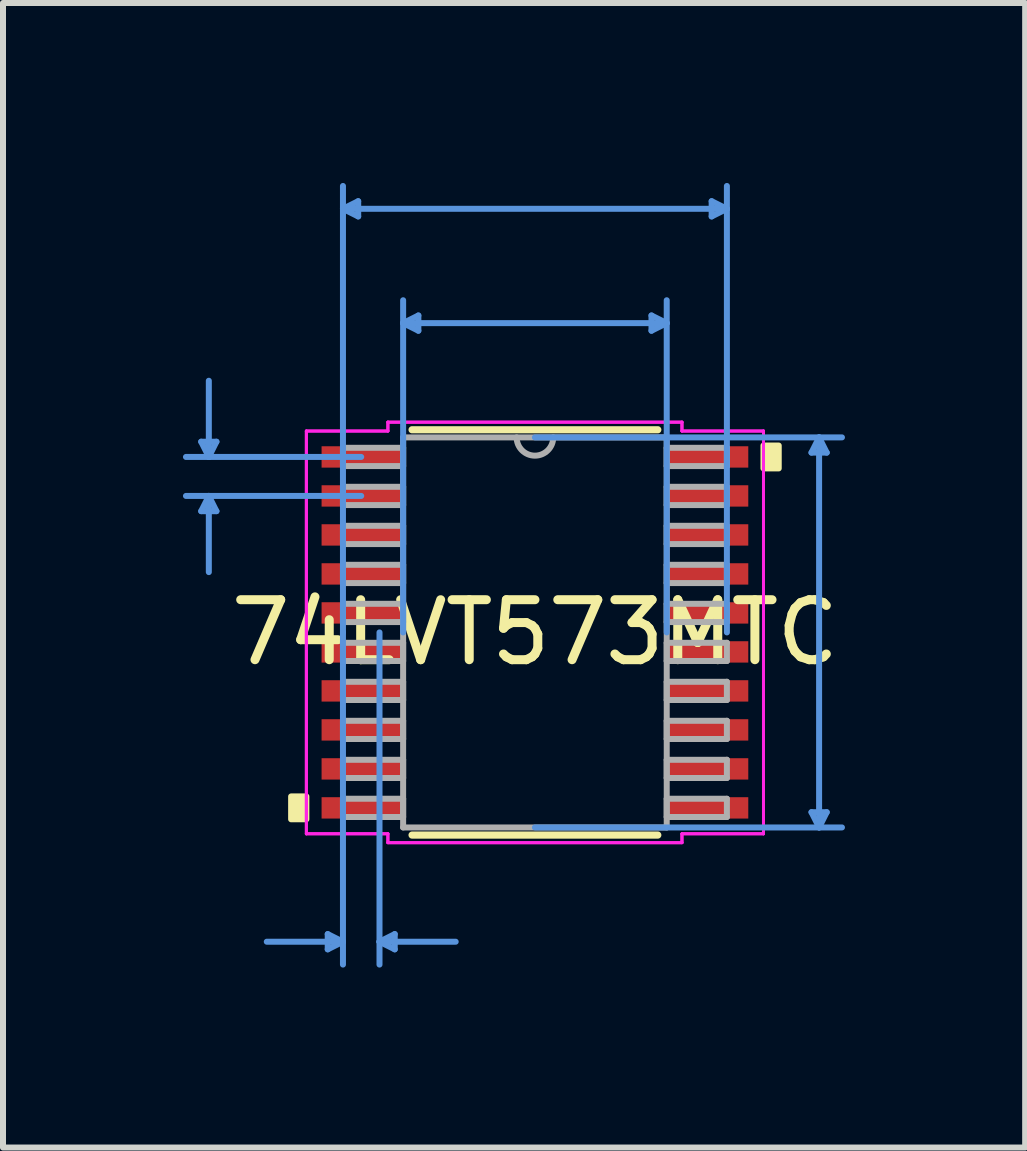
<source format=kicad_pcb>
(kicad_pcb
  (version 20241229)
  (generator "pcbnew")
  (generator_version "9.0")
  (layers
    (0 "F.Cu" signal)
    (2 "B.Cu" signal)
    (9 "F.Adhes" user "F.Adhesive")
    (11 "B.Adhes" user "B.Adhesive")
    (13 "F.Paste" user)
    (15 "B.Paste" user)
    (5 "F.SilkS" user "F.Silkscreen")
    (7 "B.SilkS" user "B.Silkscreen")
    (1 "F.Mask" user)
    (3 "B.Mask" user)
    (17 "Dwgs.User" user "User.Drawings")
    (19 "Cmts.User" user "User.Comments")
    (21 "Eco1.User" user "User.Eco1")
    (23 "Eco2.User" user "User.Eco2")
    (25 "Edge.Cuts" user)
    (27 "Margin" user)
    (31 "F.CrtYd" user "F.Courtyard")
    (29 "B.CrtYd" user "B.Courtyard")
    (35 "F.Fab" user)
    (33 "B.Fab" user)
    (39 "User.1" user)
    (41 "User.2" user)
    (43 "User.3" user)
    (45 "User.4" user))
  (footprint "74LVT573MTC"
    (layer "F.Cu")
    (at 5.867 7.492)
    (property "Reference" "74LVT573MTC" (at 0 0 0) (layer "F.SilkS") (effects (font (size 1 1) (thickness 0.15))))
    (attr through_hole)
    (fp_line (start -2.048 3.378) (end 2.048 3.378) (stroke (width 0.12) (type solid)) (layer "F.SilkS"))
    (fp_line (start 2.048 -3.378) (end -2.048 -3.378) (stroke (width 0.12) (type solid)) (layer "F.SilkS"))
    (fp_poly (pts (xy -4.064 2.734) (xy -4.064 3.115) (xy -3.81 3.115) (xy -3.81 2.734)) (stroke (width 0.1) (type solid)) (fill yes) (layer "F.SilkS"))
    (fp_poly (pts (xy 4.064 -3.115) (xy 4.064 -2.734) (xy 3.81 -2.734) (xy 3.81 -3.115)) (stroke (width 0.1) (type solid)) (fill yes) (layer "F.SilkS"))
    (fp_line (start -5.563 -3.179) (end -5.309 -3.179) (stroke (width 0.1) (type solid)) (layer "Cmts.User"))
    (fp_line (start -5.563 -2.021) (end -5.309 -2.021) (stroke (width 0.1) (type solid)) (layer "Cmts.User"))
    (fp_line (start -5.436 -2.925) (end -5.563 -3.179) (stroke (width 0.1) (type solid)) (layer "Cmts.User"))
    (fp_line (start -5.436 -2.925) (end -5.436 -4.195) (stroke (width 0.1) (type solid)) (layer "Cmts.User"))
    (fp_line (start -5.436 -2.925) (end -5.309 -3.179) (stroke (width 0.1) (type solid)) (layer "Cmts.User"))
    (fp_line (start -5.436 -2.275) (end -5.563 -2.021) (stroke (width 0.1) (type solid)) (layer "Cmts.User"))
    (fp_line (start -5.436 -2.275) (end -5.436 -1.005) (stroke (width 0.1) (type solid)) (layer "Cmts.User"))
    (fp_line (start -5.436 -2.275) (end -5.309 -2.021) (stroke (width 0.1) (type solid)) (layer "Cmts.User"))
    (fp_line (start -3.454 5.029) (end -3.454 5.283) (stroke (width 0.1) (type solid)) (layer "Cmts.User"))
    (fp_line (start -3.2 -7.061) (end -2.946 -7.188) (stroke (width 0.1) (type solid)) (layer "Cmts.User"))
    (fp_line (start -3.2 -7.061) (end -2.946 -6.934) (stroke (width 0.1) (type solid)) (layer "Cmts.User"))
    (fp_line (start -3.2 -7.061) (end 3.2 -7.061) (stroke (width 0.1) (type solid)) (layer "Cmts.User"))
    (fp_line (start -3.2 0) (end -3.2 -7.442) (stroke (width 0.1) (type solid)) (layer "Cmts.User"))
    (fp_line (start -3.2 0) (end -3.2 5.537) (stroke (width 0.1) (type solid)) (layer "Cmts.User"))
    (fp_line (start -3.2 5.156) (end -4.47 5.156) (stroke (width 0.1) (type solid)) (layer "Cmts.User"))
    (fp_line (start -3.2 5.156) (end -3.454 5.029) (stroke (width 0.1) (type solid)) (layer "Cmts.User"))
    (fp_line (start -3.2 5.156) (end -3.454 5.283) (stroke (width 0.1) (type solid)) (layer "Cmts.User"))
    (fp_line (start -2.946 -7.188) (end -2.946 -6.934) (stroke (width 0.1) (type solid)) (layer "Cmts.User"))
    (fp_line (start -2.896 -2.925) (end -5.817 -2.925) (stroke (width 0.1) (type solid)) (layer "Cmts.User"))
    (fp_line (start -2.896 -2.275) (end -5.817 -2.275) (stroke (width 0.1) (type solid)) (layer "Cmts.User"))
    (fp_line (start -2.591 0) (end -2.591 5.537) (stroke (width 0.1) (type solid)) (layer "Cmts.User"))
    (fp_line (start -2.591 5.156) (end -2.337 5.029) (stroke (width 0.1) (type solid)) (layer "Cmts.User"))
    (fp_line (start -2.591 5.156) (end -2.337 5.283) (stroke (width 0.1) (type solid)) (layer "Cmts.User"))
    (fp_line (start -2.591 5.156) (end -1.321 5.156) (stroke (width 0.1) (type solid)) (layer "Cmts.User"))
    (fp_line (start -2.337 5.029) (end -2.337 5.283) (stroke (width 0.1) (type solid)) (layer "Cmts.User"))
    (fp_line (start -2.197 -5.156) (end -1.943 -5.283) (stroke (width 0.1) (type solid)) (layer "Cmts.User"))
    (fp_line (start -2.197 -5.156) (end -1.943 -5.029) (stroke (width 0.1) (type solid)) (layer "Cmts.User"))
    (fp_line (start -2.197 -5.156) (end 2.197 -5.156) (stroke (width 0.1) (type solid)) (layer "Cmts.User"))
    (fp_line (start -2.197 0) (end -2.197 -5.537) (stroke (width 0.1) (type solid)) (layer "Cmts.User"))
    (fp_line (start -1.943 -5.283) (end -1.943 -5.029) (stroke (width 0.1) (type solid)) (layer "Cmts.User"))
    (fp_line (start 0 -3.251) (end 5.118 -3.251) (stroke (width 0.1) (type solid)) (layer "Cmts.User"))
    (fp_line (start 0 3.251) (end 5.118 3.251) (stroke (width 0.1) (type solid)) (layer "Cmts.User"))
    (fp_line (start 1.943 -5.283) (end 1.943 -5.029) (stroke (width 0.1) (type solid)) (layer "Cmts.User"))
    (fp_line (start 2.197 -5.156) (end 1.943 -5.283) (stroke (width 0.1) (type solid)) (layer "Cmts.User"))
    (fp_line (start 2.197 -5.156) (end 1.943 -5.029) (stroke (width 0.1) (type solid)) (layer "Cmts.User"))
    (fp_line (start 2.197 0) (end 2.197 -5.537) (stroke (width 0.1) (type solid)) (layer "Cmts.User"))
    (fp_line (start 2.946 -7.188) (end 2.946 -6.934) (stroke (width 0.1) (type solid)) (layer "Cmts.User"))
    (fp_line (start 3.2 -7.061) (end 2.946 -7.188) (stroke (width 0.1) (type solid)) (layer "Cmts.User"))
    (fp_line (start 3.2 -7.061) (end 2.946 -6.934) (stroke (width 0.1) (type solid)) (layer "Cmts.User"))
    (fp_line (start 3.2 0) (end 3.2 -7.442) (stroke (width 0.1) (type solid)) (layer "Cmts.User"))
    (fp_line (start 4.61 -2.997) (end 4.864 -2.997) (stroke (width 0.1) (type solid)) (layer "Cmts.User"))
    (fp_line (start 4.61 2.997) (end 4.864 2.997) (stroke (width 0.1) (type solid)) (layer "Cmts.User"))
    (fp_line (start 4.737 -3.251) (end 4.61 -2.997) (stroke (width 0.1) (type solid)) (layer "Cmts.User"))
    (fp_line (start 4.737 -3.251) (end 4.737 3.251) (stroke (width 0.1) (type solid)) (layer "Cmts.User"))
    (fp_line (start 4.737 -3.251) (end 4.864 -2.997) (stroke (width 0.1) (type solid)) (layer "Cmts.User"))
    (fp_line (start 4.737 3.251) (end 4.61 2.997) (stroke (width 0.1) (type solid)) (layer "Cmts.User"))
    (fp_line (start 4.737 3.251) (end 4.864 2.997) (stroke (width 0.1) (type solid)) (layer "Cmts.User"))
    (fp_line (start -3.81 -3.357) (end -2.451 -3.357) (stroke (width 0.05) (type solid)) (layer "F.CrtYd"))
    (fp_line (start -3.81 -3.357) (end -2.451 -3.357) (stroke (width 0.05) (type solid)) (layer "F.CrtYd"))
    (fp_line (start -3.81 3.357) (end -3.81 -3.357) (stroke (width 0.05) (type solid)) (layer "F.CrtYd"))
    (fp_line (start -3.81 3.357) (end -3.81 -3.357) (stroke (width 0.05) (type solid)) (layer "F.CrtYd"))
    (fp_line (start -3.81 3.357) (end -2.451 3.357) (stroke (width 0.05) (type solid)) (layer "F.CrtYd"))
    (fp_line (start -2.451 -3.505) (end 2.451 -3.505) (stroke (width 0.05) (type solid)) (layer "F.CrtYd"))
    (fp_line (start -2.451 -3.505) (end 2.451 -3.505) (stroke (width 0.05) (type solid)) (layer "F.CrtYd"))
    (fp_line (start -2.451 -3.357) (end -2.451 -3.505) (stroke (width 0.05) (type solid)) (layer "F.CrtYd"))
    (fp_line (start -2.451 -3.357) (end -2.451 -3.505) (stroke (width 0.05) (type solid)) (layer "F.CrtYd"))
    (fp_line (start -2.451 3.357) (end -3.81 3.357) (stroke (width 0.05) (type solid)) (layer "F.CrtYd"))
    (fp_line (start -2.451 3.505) (end -2.451 3.357) (stroke (width 0.05) (type solid)) (layer "F.CrtYd"))
    (fp_line (start -2.451 3.505) (end -2.451 3.357) (stroke (width 0.05) (type solid)) (layer "F.CrtYd"))
    (fp_line (start 2.451 -3.505) (end 2.451 -3.357) (stroke (width 0.05) (type solid)) (layer "F.CrtYd"))
    (fp_line (start 2.451 -3.505) (end 2.451 -3.357) (stroke (width 0.05) (type solid)) (layer "F.CrtYd"))
    (fp_line (start 2.451 -3.357) (end 3.81 -3.357) (stroke (width 0.05) (type solid)) (layer "F.CrtYd"))
    (fp_line (start 2.451 3.357) (end 2.451 3.505) (stroke (width 0.05) (type solid)) (layer "F.CrtYd"))
    (fp_line (start 2.451 3.357) (end 2.451 3.505) (stroke (width 0.05) (type solid)) (layer "F.CrtYd"))
    (fp_line (start 2.451 3.505) (end -2.451 3.505) (stroke (width 0.05) (type solid)) (layer "F.CrtYd"))
    (fp_line (start 2.451 3.505) (end -2.451 3.505) (stroke (width 0.05) (type solid)) (layer "F.CrtYd"))
    (fp_line (start 3.81 -3.357) (end 2.451 -3.357) (stroke (width 0.05) (type solid)) (layer "F.CrtYd"))
    (fp_line (start 3.81 -3.357) (end 3.81 3.357) (stroke (width 0.05) (type solid)) (layer "F.CrtYd"))
    (fp_line (start 3.81 -3.357) (end 3.81 3.357) (stroke (width 0.05) (type solid)) (layer "F.CrtYd"))
    (fp_line (start 3.81 3.357) (end 2.451 3.357) (stroke (width 0.05) (type solid)) (layer "F.CrtYd"))
    (fp_line (start 3.81 3.357) (end 2.451 3.357) (stroke (width 0.05) (type solid)) (layer "F.CrtYd"))
    (fp_line (start -3.2 -3.077) (end -3.2 -2.773) (stroke (width 0.1) (type solid)) (layer "F.Fab"))
    (fp_line (start -3.2 -2.773) (end -2.197 -2.773) (stroke (width 0.1) (type solid)) (layer "F.Fab"))
    (fp_line (start -3.2 -2.427) (end -3.2 -2.123) (stroke (width 0.1) (type solid)) (layer "F.Fab"))
    (fp_line (start -3.2 -2.123) (end -2.197 -2.123) (stroke (width 0.1) (type solid)) (layer "F.Fab"))
    (fp_line (start -3.2 -1.777) (end -3.2 -1.473) (stroke (width 0.1) (type solid)) (layer "F.Fab"))
    (fp_line (start -3.2 -1.473) (end -2.197 -1.473) (stroke (width 0.1) (type solid)) (layer "F.Fab"))
    (fp_line (start -3.2 -1.127) (end -3.2 -0.823) (stroke (width 0.1) (type solid)) (layer "F.Fab"))
    (fp_line (start -3.2 -0.823) (end -2.197 -0.823) (stroke (width 0.1) (type solid)) (layer "F.Fab"))
    (fp_line (start -3.2 -0.477) (end -3.2 -0.173) (stroke (width 0.1) (type solid)) (layer "F.Fab"))
    (fp_line (start -3.2 -0.173) (end -2.197 -0.173) (stroke (width 0.1) (type solid)) (layer "F.Fab"))
    (fp_line (start -3.2 0.173) (end -3.2 0.477) (stroke (width 0.1) (type solid)) (layer "F.Fab"))
    (fp_line (start -3.2 0.477) (end -2.197 0.477) (stroke (width 0.1) (type solid)) (layer "F.Fab"))
    (fp_line (start -3.2 0.823) (end -3.2 1.127) (stroke (width 0.1) (type solid)) (layer "F.Fab"))
    (fp_line (start -3.2 1.127) (end -2.197 1.127) (stroke (width 0.1) (type solid)) (layer "F.Fab"))
    (fp_line (start -3.2 1.473) (end -3.2 1.777) (stroke (width 0.1) (type solid)) (layer "F.Fab"))
    (fp_line (start -3.2 1.777) (end -2.197 1.777) (stroke (width 0.1) (type solid)) (layer "F.Fab"))
    (fp_line (start -3.2 2.123) (end -3.2 2.427) (stroke (width 0.1) (type solid)) (layer "F.Fab"))
    (fp_line (start -3.2 2.427) (end -2.197 2.427) (stroke (width 0.1) (type solid)) (layer "F.Fab"))
    (fp_line (start -3.2 2.773) (end -3.2 3.077) (stroke (width 0.1) (type solid)) (layer "F.Fab"))
    (fp_line (start -3.2 3.077) (end -2.197 3.077) (stroke (width 0.1) (type solid)) (layer "F.Fab"))
    (fp_line (start -2.197 -3.251) (end -2.197 3.251) (stroke (width 0.1) (type solid)) (layer "F.Fab"))
    (fp_line (start -2.197 -3.077) (end -3.2 -3.077) (stroke (width 0.1) (type solid)) (layer "F.Fab"))
    (fp_line (start -2.197 -2.773) (end -2.197 -3.077) (stroke (width 0.1) (type solid)) (layer "F.Fab"))
    (fp_line (start -2.197 -2.427) (end -3.2 -2.427) (stroke (width 0.1) (type solid)) (layer "F.Fab"))
    (fp_line (start -2.197 -2.123) (end -2.197 -2.427) (stroke (width 0.1) (type solid)) (layer "F.Fab"))
    (fp_line (start -2.197 -1.777) (end -3.2 -1.777) (stroke (width 0.1) (type solid)) (layer "F.Fab"))
    (fp_line (start -2.197 -1.473) (end -2.197 -1.777) (stroke (width 0.1) (type solid)) (layer "F.Fab"))
    (fp_line (start -2.197 -1.127) (end -3.2 -1.127) (stroke (width 0.1) (type solid)) (layer "F.Fab"))
    (fp_line (start -2.197 -0.823) (end -2.197 -1.127) (stroke (width 0.1) (type solid)) (layer "F.Fab"))
    (fp_line (start -2.197 -0.477) (end -3.2 -0.477) (stroke (width 0.1) (type solid)) (layer "F.Fab"))
    (fp_line (start -2.197 -0.173) (end -2.197 -0.477) (stroke (width 0.1) (type solid)) (layer "F.Fab"))
    (fp_line (start -2.197 0.173) (end -3.2 0.173) (stroke (width 0.1) (type solid)) (layer "F.Fab"))
    (fp_line (start -2.197 0.477) (end -2.197 0.173) (stroke (width 0.1) (type solid)) (layer "F.Fab"))
    (fp_line (start -2.197 0.823) (end -3.2 0.823) (stroke (width 0.1) (type solid)) (layer "F.Fab"))
    (fp_line (start -2.197 1.127) (end -2.197 0.823) (stroke (width 0.1) (type solid)) (layer "F.Fab"))
    (fp_line (start -2.197 1.473) (end -3.2 1.473) (stroke (width 0.1) (type solid)) (layer "F.Fab"))
    (fp_line (start -2.197 1.777) (end -2.197 1.473) (stroke (width 0.1) (type solid)) (layer "F.Fab"))
    (fp_line (start -2.197 2.123) (end -3.2 2.123) (stroke (width 0.1) (type solid)) (layer "F.Fab"))
    (fp_line (start -2.197 2.427) (end -2.197 2.123) (stroke (width 0.1) (type solid)) (layer "F.Fab"))
    (fp_line (start -2.197 2.773) (end -3.2 2.773) (stroke (width 0.1) (type solid)) (layer "F.Fab"))
    (fp_line (start -2.197 3.077) (end -2.197 2.773) (stroke (width 0.1) (type solid)) (layer "F.Fab"))
    (fp_line (start -2.197 3.251) (end 2.197 3.251) (stroke (width 0.1) (type solid)) (layer "F.Fab"))
    (fp_line (start 2.197 -3.251) (end -2.197 -3.251) (stroke (width 0.1) (type solid)) (layer "F.Fab"))
    (fp_line (start 2.197 -3.077) (end 2.197 -2.773) (stroke (width 0.1) (type solid)) (layer "F.Fab"))
    (fp_line (start 2.197 -2.773) (end 3.2 -2.773) (stroke (width 0.1) (type solid)) (layer "F.Fab"))
    (fp_line (start 2.197 -2.427) (end 2.197 -2.123) (stroke (width 0.1) (type solid)) (layer "F.Fab"))
    (fp_line (start 2.197 -2.123) (end 3.2 -2.123) (stroke (width 0.1) (type solid)) (layer "F.Fab"))
    (fp_line (start 2.197 -1.777) (end 2.197 -1.473) (stroke (width 0.1) (type solid)) (layer "F.Fab"))
    (fp_line (start 2.197 -1.473) (end 3.2 -1.473) (stroke (width 0.1) (type solid)) (layer "F.Fab"))
    (fp_line (start 2.197 -1.127) (end 2.197 -0.823) (stroke (width 0.1) (type solid)) (layer "F.Fab"))
    (fp_line (start 2.197 -0.823) (end 3.2 -0.823) (stroke (width 0.1) (type solid)) (layer "F.Fab"))
    (fp_line (start 2.197 -0.477) (end 2.197 -0.173) (stroke (width 0.1) (type solid)) (layer "F.Fab"))
    (fp_line (start 2.197 -0.173) (end 3.2 -0.173) (stroke (width 0.1) (type solid)) (layer "F.Fab"))
    (fp_line (start 2.197 0.173) (end 2.197 0.477) (stroke (width 0.1) (type solid)) (layer "F.Fab"))
    (fp_line (start 2.197 0.477) (end 3.2 0.477) (stroke (width 0.1) (type solid)) (layer "F.Fab"))
    (fp_line (start 2.197 0.823) (end 2.197 1.127) (stroke (width 0.1) (type solid)) (layer "F.Fab"))
    (fp_line (start 2.197 1.127) (end 3.2 1.127) (stroke (width 0.1) (type solid)) (layer "F.Fab"))
    (fp_line (start 2.197 1.473) (end 2.197 1.777) (stroke (width 0.1) (type solid)) (layer "F.Fab"))
    (fp_line (start 2.197 1.777) (end 3.2 1.777) (stroke (width 0.1) (type solid)) (layer "F.Fab"))
    (fp_line (start 2.197 2.123) (end 2.197 2.427) (stroke (width 0.1) (type solid)) (layer "F.Fab"))
    (fp_line (start 2.197 2.427) (end 3.2 2.427) (stroke (width 0.1) (type solid)) (layer "F.Fab"))
    (fp_line (start 2.197 2.773) (end 2.197 3.077) (stroke (width 0.1) (type solid)) (layer "F.Fab"))
    (fp_line (start 2.197 3.077) (end 3.2 3.077) (stroke (width 0.1) (type solid)) (layer "F.Fab"))
    (fp_line (start 2.197 3.251) (end 2.197 -3.251) (stroke (width 0.1) (type solid)) (layer "F.Fab"))
    (fp_line (start 3.2 -3.077) (end 2.197 -3.077) (stroke (width 0.1) (type solid)) (layer "F.Fab"))
    (fp_line (start 3.2 -2.773) (end 3.2 -3.077) (stroke (width 0.1) (type solid)) (layer "F.Fab"))
    (fp_line (start 3.2 -2.427) (end 2.197 -2.427) (stroke (width 0.1) (type solid)) (layer "F.Fab"))
    (fp_line (start 3.2 -2.123) (end 3.2 -2.427) (stroke (width 0.1) (type solid)) (layer "F.Fab"))
    (fp_line (start 3.2 -1.777) (end 2.197 -1.777) (stroke (width 0.1) (type solid)) (layer "F.Fab"))
    (fp_line (start 3.2 -1.473) (end 3.2 -1.777) (stroke (width 0.1) (type solid)) (layer "F.Fab"))
    (fp_line (start 3.2 -1.127) (end 2.197 -1.127) (stroke (width 0.1) (type solid)) (layer "F.Fab"))
    (fp_line (start 3.2 -0.823) (end 3.2 -1.127) (stroke (width 0.1) (type solid)) (layer "F.Fab"))
    (fp_line (start 3.2 -0.477) (end 2.197 -0.477) (stroke (width 0.1) (type solid)) (layer "F.Fab"))
    (fp_line (start 3.2 -0.173) (end 3.2 -0.477) (stroke (width 0.1) (type solid)) (layer "F.Fab"))
    (fp_line (start 3.2 0.173) (end 2.197 0.173) (stroke (width 0.1) (type solid)) (layer "F.Fab"))
    (fp_line (start 3.2 0.477) (end 3.2 0.173) (stroke (width 0.1) (type solid)) (layer "F.Fab"))
    (fp_line (start 3.2 0.823) (end 2.197 0.823) (stroke (width 0.1) (type solid)) (layer "F.Fab"))
    (fp_line (start 3.2 1.127) (end 3.2 0.823) (stroke (width 0.1) (type solid)) (layer "F.Fab"))
    (fp_line (start 3.2 1.473) (end 2.197 1.473) (stroke (width 0.1) (type solid)) (layer "F.Fab"))
    (fp_line (start 3.2 1.777) (end 3.2 1.473) (stroke (width 0.1) (type solid)) (layer "F.Fab"))
    (fp_line (start 3.2 2.123) (end 2.197 2.123) (stroke (width 0.1) (type solid)) (layer "F.Fab"))
    (fp_line (start 3.2 2.427) (end 3.2 2.123) (stroke (width 0.1) (type solid)) (layer "F.Fab"))
    (fp_line (start 3.2 2.773) (end 2.197 2.773) (stroke (width 0.1) (type solid)) (layer "F.Fab"))
    (fp_line (start 3.2 3.077) (end 3.2 2.773) (stroke (width 0.1) (type solid)) (layer "F.Fab"))
    (fp_arc (start 0.3048 -3.2512) (mid 0 -2.9464) (end -0.3048 -3.2512) (stroke (width 0.1) (type solid)) (layer "F.Fab"))
    (pad "1" smd rect (at -2.896 -2.925) (size 1.321 0.356) (layers "F.Cu" "F.Mask" "F.Paste"))
    (pad "2" smd rect (at -2.896 -2.275) (size 1.321 0.356) (layers "F.Cu" "F.Mask" "F.Paste"))
    (pad "3" smd rect (at -2.896 -1.625) (size 1.321 0.356) (layers "F.Cu" "F.Mask" "F.Paste"))
    (pad "4" smd rect (at -2.896 -0.975) (size 1.321 0.356) (layers "F.Cu" "F.Mask" "F.Paste"))
    (pad "5" smd rect (at -2.896 -0.325) (size 1.321 0.356) (layers "F.Cu" "F.Mask" "F.Paste"))
    (pad "6" smd rect (at -2.896 0.325) (size 1.321 0.356) (layers "F.Cu" "F.Mask" "F.Paste"))
    (pad "7" smd rect (at -2.896 0.975) (size 1.321 0.356) (layers "F.Cu" "F.Mask" "F.Paste"))
    (pad "8" smd rect (at -2.896 1.625) (size 1.321 0.356) (layers "F.Cu" "F.Mask" "F.Paste"))
    (pad "9" smd rect (at -2.896 2.275) (size 1.321 0.356) (layers "F.Cu" "F.Mask" "F.Paste"))
    (pad "10" smd rect (at -2.896 2.925) (size 1.321 0.356) (layers "F.Cu" "F.Mask" "F.Paste"))
    (pad "11" smd rect (at 2.896 2.925) (size 1.321 0.356) (layers "F.Cu" "F.Mask" "F.Paste"))
    (pad "12" smd rect (at 2.896 2.275) (size 1.321 0.356) (layers "F.Cu" "F.Mask" "F.Paste"))
    (pad "13" smd rect (at 2.896 1.625) (size 1.321 0.356) (layers "F.Cu" "F.Mask" "F.Paste"))
    (pad "14" smd rect (at 2.896 0.975) (size 1.321 0.356) (layers "F.Cu" "F.Mask" "F.Paste"))
    (pad "15" smd rect (at 2.896 0.325) (size 1.321 0.356) (layers "F.Cu" "F.Mask" "F.Paste"))
    (pad "16" smd rect (at 2.896 -0.325) (size 1.321 0.356) (layers "F.Cu" "F.Mask" "F.Paste"))
    (pad "17" smd rect (at 2.896 -0.975) (size 1.321 0.356) (layers "F.Cu" "F.Mask" "F.Paste"))
    (pad "18" smd rect (at 2.896 -1.625) (size 1.321 0.356) (layers "F.Cu" "F.Mask" "F.Paste"))
    (pad "19" smd rect (at 2.896 -2.275) (size 1.321 0.356) (layers "F.Cu" "F.Mask" "F.Paste"))
    (pad "20" smd rect (at 2.896 -2.925) (size 1.321 0.356) (layers "F.Cu" "F.Mask" "F.Paste")))
  (gr_rect
    (start -3 -3)
    (end 14.039 16.079)
    (stroke (width 0.1) (type default))
    (fill no)
    (layer "Edge.Cuts")))
</source>
